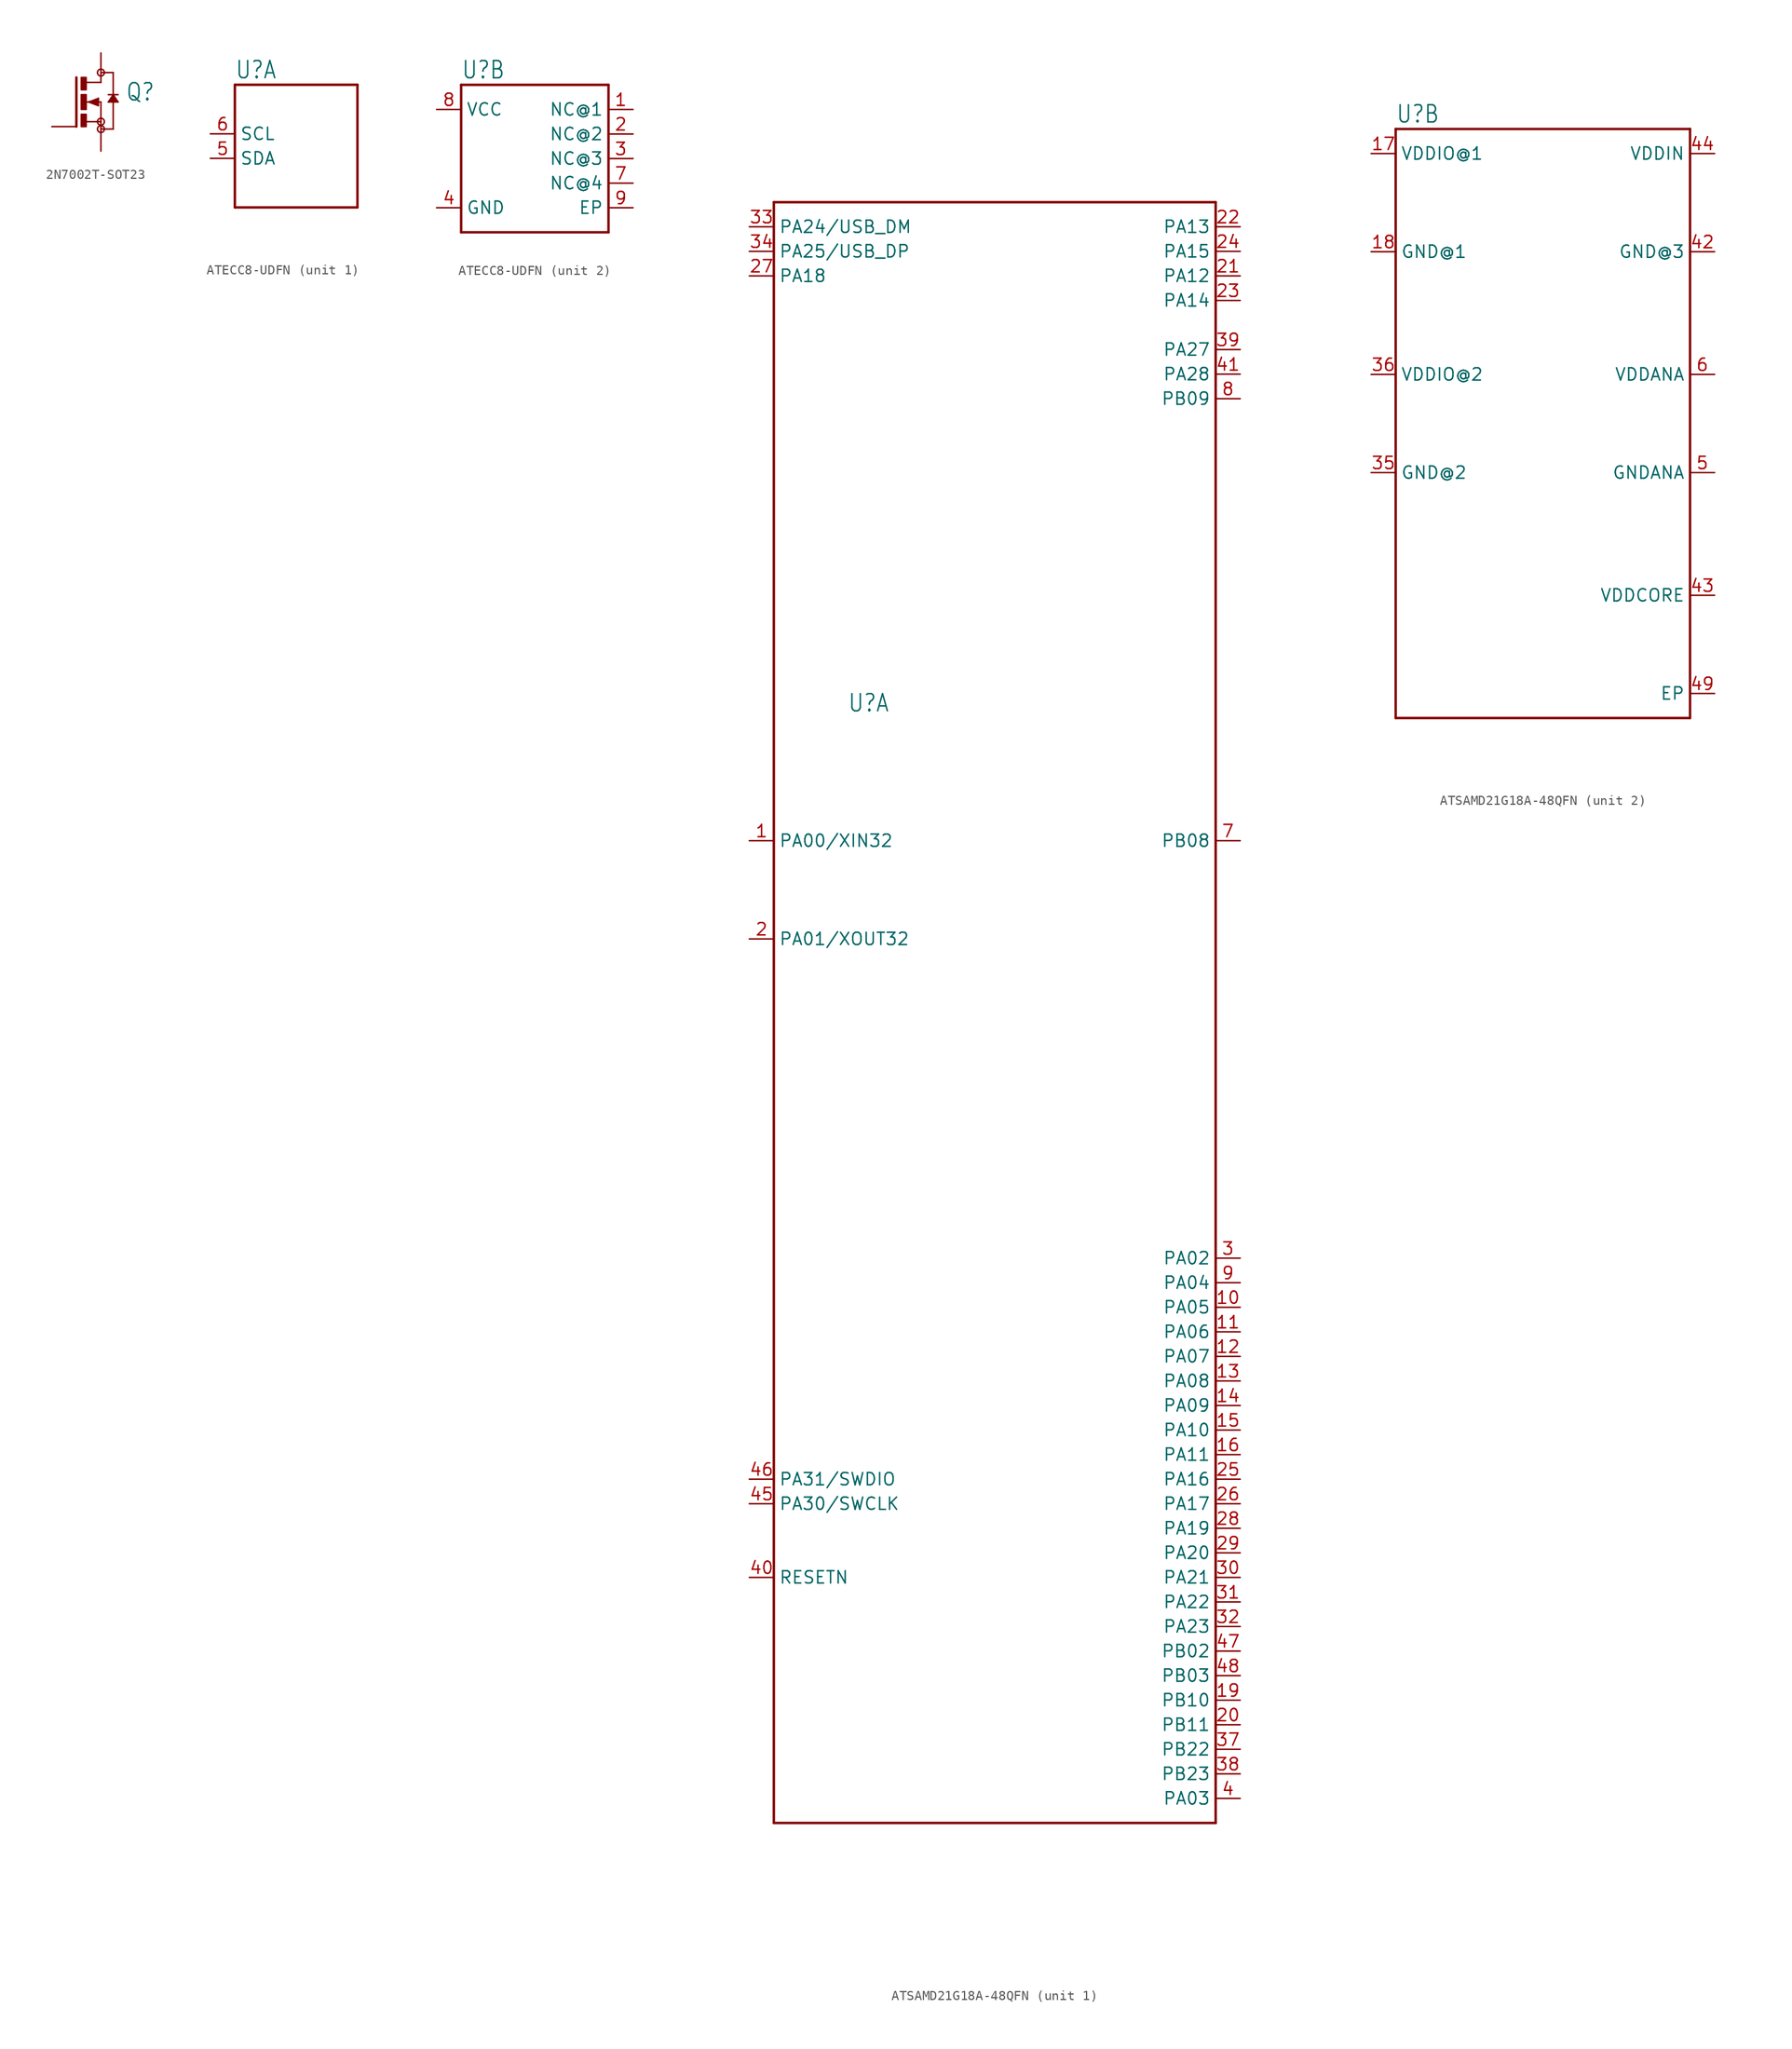
<source format=kicad_sym>
(kicad_symbol_lib
  (version 20231120)
  (generator "kicad_symbol_editor")
  (generator_version "8.0")
  (symbol "2N7002T-SOT23"
    (property "Reference" "Q"
      (at 2.54 0 0)
      (effects (font (size 1.778 1.511)) (justify left bottom)))
    (property "Value" ""
      (at 2.54 -2.54 0)
      (effects (font (size 1.778 1.511)) (justify left bottom)))
    (property "ki_locked" ""
      (at 0 0 0)
      (effects (font (size 1.27 1.27))))
    (symbol "2N7002T-SOT23_1_0"
      (rectangle (start -2.032 -2.54) (end -1.524 -1.27) (stroke (width 0) (type default)) (fill (type outline)))
      (rectangle (start -2.032 -0.762) (end -1.524 0.762) (stroke (width 0) (type default)) (fill (type outline)))
      (rectangle (start -2.032 1.27) (end -1.524 2.54) (stroke (width 0) (type default)) (fill (type outline)))
      (circle (center 0 -2.794) (radius 0.359) (stroke (width 0) (type solid)) (fill (type none)))
      (circle (center 0 -2.032) (radius 0.359) (stroke (width 0) (type solid)) (fill (type none)))
      (polyline (pts (xy -2.54 2.54) (xy -2.54 -2.54)) (stroke (width 0.254) (type solid)) (fill (type none)))
      (polyline (pts (xy -1.524 -2.032) (xy 0 -2.032)) (stroke (width 0.152) (type solid)) (fill (type none)))
      (polyline (pts (xy -1.524 0) (xy -1.27 0)) (stroke (width 0.152) (type solid)) (fill (type none)))
      (polyline (pts (xy -1.524 2.032) (xy 0 2.032)) (stroke (width 0.152) (type solid)) (fill (type none)))
      (polyline (pts (xy -1.27 0) (xy -1.016 0)) (stroke (width 0.152) (type solid)) (fill (type none)))
      (polyline (pts (xy -1.27 0) (xy -0.254 0.381)) (stroke (width 0.152) (type solid)) (fill (type none)))
      (polyline (pts (xy -1.016 0) (xy -0.889 0)) (stroke (width 0.152) (type solid)) (fill (type none)))
      (polyline (pts (xy -1.016 0) (xy -0.381 -0.254)) (stroke (width 0.254) (type solid)) (fill (type none)))
      (polyline (pts (xy -0.889 0) (xy 0 0)) (stroke (width 0.152) (type solid)) (fill (type none)))
      (polyline (pts (xy -0.381 -0.254) (xy -0.381 0.254)) (stroke (width 0.254) (type solid)) (fill (type none)))
      (polyline (pts (xy -0.381 0.254) (xy -0.889 0)) (stroke (width 0.254) (type solid)) (fill (type none)))
      (polyline (pts (xy -0.254 -0.381) (xy -1.27 0)) (stroke (width 0.152) (type solid)) (fill (type none)))
      (polyline (pts (xy -0.254 0.381) (xy -0.254 -0.381)) (stroke (width 0.152) (type solid)) (fill (type none)))
      (polyline (pts (xy 0 -2.032) (xy 0 -2.794)) (stroke (width 0.152) (type solid)) (fill (type none)))
      (polyline (pts (xy 0 0) (xy 0 -2.032)) (stroke (width 0.152) (type solid)) (fill (type none)))
      (polyline (pts (xy 0 2.032) (xy 0 2.54)) (stroke (width 0.152) (type solid)) (fill (type none)))
      (polyline (pts (xy 0 3.048) (xy 1.27 3.048)) (stroke (width 0.152) (type solid)) (fill (type none)))
      (polyline (pts (xy 0.762 0) (xy 1.27 0.762)) (stroke (width 0.152) (type solid)) (fill (type none)))
      (polyline (pts (xy 1.016 0.127) (xy 1.524 0.127)) (stroke (width 0.254) (type solid)) (fill (type none)))
      (polyline (pts (xy 1.27 -2.794) (xy 0 -2.794)) (stroke (width 0.152) (type solid)) (fill (type none)))
      (polyline (pts (xy 1.27 0.508) (xy 1.016 0.127)) (stroke (width 0.254) (type solid)) (fill (type none)))
      (polyline (pts (xy 1.27 0.508) (xy 1.27 -2.794)) (stroke (width 0.152) (type solid)) (fill (type none)))
      (polyline (pts (xy 1.27 0.762) (xy 1.27 0.508)) (stroke (width 0.152) (type solid)) (fill (type none)))
      (polyline (pts (xy 1.27 0.762) (xy 1.778 0)) (stroke (width 0.152) (type solid)) (fill (type none)))
      (polyline (pts (xy 1.27 3.048) (xy 1.27 0.762)) (stroke (width 0.152) (type solid)) (fill (type none)))
      (polyline (pts (xy 1.524 0.127) (xy 1.27 0.508)) (stroke (width 0.254) (type solid)) (fill (type none)))
      (polyline (pts (xy 1.778 0) (xy 0.762 0)) (stroke (width 0.152) (type solid)) (fill (type none)))
      (polyline (pts (xy 1.778 0.762) (xy 0.762 0.762)) (stroke (width 0.152) (type solid)) (fill (type none)))
      (circle (center 0 3.048) (radius 0.359) (stroke (width 0) (type solid)) (fill (type none)))
      (pin passive line (at -5.08 -2.54 0) (length 2.54) (name "G" (effects (font (size 0 0)))) (number "1" (effects (font (size 0 0)))))
      (pin passive line (at 0 -5.08 90) (length 2.54) (name "S" (effects (font (size 0 0)))) (number "2" (effects (font (size 0 0)))))
      (pin passive line (at 0 5.08 270) (length 2.54) (name "D" (effects (font (size 0 0)))) (number "3" (effects (font (size 0 0)))))))
  (symbol "ATECC8-UDFN"
    (property "Reference" "U"
      (at -7.62 8.128 0)
      (effects (font (size 1.778 1.511)) (justify left bottom)))
    (property "Value" ""
      (at -7.62 -8.128 0)
      (effects (font (size 1.778 1.511)) (justify left top)))
    (property "ki_locked" ""
      (at 0 0 0)
      (effects (font (size 1.27 1.27))))
    (symbol "ATECC8-UDFN_1_0"
      (polyline (pts (xy -7.62 -5.08) (xy -7.62 7.62)) (stroke (width 0.254) (type solid)) (fill (type none)))
      (polyline (pts (xy -7.62 7.62) (xy 5.08 7.62)) (stroke (width 0.254) (type solid)) (fill (type none)))
      (polyline (pts (xy 5.08 -5.08) (xy -7.62 -5.08)) (stroke (width 0.254) (type solid)) (fill (type none)))
      (polyline (pts (xy 5.08 7.62) (xy 5.08 -5.08)) (stroke (width 0.254) (type solid)) (fill (type none)))
      (pin bidirectional line (at -10.16 0 0) (length 2.54) (name "SDA" (effects (font (size 1.27 1.27)))) (number "5" (effects (font (size 1.27 1.27)))))
      (pin input line (at -10.16 2.54 0) (length 2.54) (name "SCL" (effects (font (size 1.27 1.27)))) (number "6" (effects (font (size 1.27 1.27))))))
    (symbol "ATECC8-UDFN_2_0"
      (polyline (pts (xy -7.62 -7.62) (xy -7.62 7.62)) (stroke (width 0.254) (type solid)) (fill (type none)))
      (polyline (pts (xy -7.62 7.62) (xy 7.62 7.62)) (stroke (width 0.254) (type solid)) (fill (type none)))
      (polyline (pts (xy 7.62 -7.62) (xy -7.62 -7.62)) (stroke (width 0.254) (type solid)) (fill (type none)))
      (polyline (pts (xy 7.62 7.62) (xy 7.62 -7.62)) (stroke (width 0.254) (type solid)) (fill (type none)))
      (pin bidirectional line (at 10.16 5.08 180) (length 2.54) (name "NC@1" (effects (font (size 1.27 1.27)))) (number "1" (effects (font (size 1.27 1.27)))))
      (pin bidirectional line (at 10.16 2.54 180) (length 2.54) (name "NC@2" (effects (font (size 1.27 1.27)))) (number "2" (effects (font (size 1.27 1.27)))))
      (pin bidirectional line (at 10.16 0 180) (length 2.54) (name "NC@3" (effects (font (size 1.27 1.27)))) (number "3" (effects (font (size 1.27 1.27)))))
      (pin power_in line (at -10.16 -5.08 0) (length 2.54) (name "GND" (effects (font (size 1.27 1.27)))) (number "4" (effects (font (size 1.27 1.27)))))
      (pin bidirectional line (at 10.16 -2.54 180) (length 2.54) (name "NC@4" (effects (font (size 1.27 1.27)))) (number "7" (effects (font (size 1.27 1.27)))))
      (pin power_in line (at -10.16 5.08 0) (length 2.54) (name "VCC" (effects (font (size 1.27 1.27)))) (number "8" (effects (font (size 1.27 1.27)))))
      (pin passive line (at 10.16 -5.08 180) (length 2.54) (name "EP" (effects (font (size 1.27 1.27)))) (number "9" (effects (font (size 1.27 1.27)))))))
  (symbol "ATSAMD21G18A-48QFN"
    (property "Reference" "U"
      (at -15.24 30.988 0)
      (effects (font (size 1.778 1.511)) (justify left bottom)))
    (property "Value" ""
      (at -15.24 -30.988 0)
      (effects (font (size 1.778 1.511)) (justify left top)))
    (property "ki_locked" ""
      (at 0 0 0)
      (effects (font (size 1.27 1.27))))
    (symbol "ATSAMD21G18A-48QFN_1_0"
      (polyline (pts (xy -22.86 -83.82) (xy -22.86 83.82)) (stroke (width 0.254) (type solid)) (fill (type none)))
      (polyline (pts (xy -22.86 83.82) (xy 22.86 83.82)) (stroke (width 0.254) (type solid)) (fill (type none)))
      (polyline (pts (xy 22.86 -83.82) (xy -22.86 -83.82)) (stroke (width 0.254) (type solid)) (fill (type none)))
      (polyline (pts (xy 22.86 83.82) (xy 22.86 -83.82)) (stroke (width 0.254) (type solid)) (fill (type none)))
      (pin bidirectional line (at -25.4 17.78 0) (length 2.54) (name "PA00/XIN32" (effects (font (size 1.27 1.27)))) (number "1" (effects (font (size 1.27 1.27)))))
      (pin bidirectional line (at 25.4 -30.48 180) (length 2.54) (name "PA05" (effects (font (size 1.27 1.27)))) (number "10" (effects (font (size 1.27 1.27)))))
      (pin bidirectional line (at 25.4 -33.02 180) (length 2.54) (name "PA06" (effects (font (size 1.27 1.27)))) (number "11" (effects (font (size 1.27 1.27)))))
      (pin bidirectional line (at 25.4 -35.56 180) (length 2.54) (name "PA07" (effects (font (size 1.27 1.27)))) (number "12" (effects (font (size 1.27 1.27)))))
      (pin bidirectional line (at 25.4 -38.1 180) (length 2.54) (name "PA08" (effects (font (size 1.27 1.27)))) (number "13" (effects (font (size 1.27 1.27)))))
      (pin bidirectional line (at 25.4 -40.64 180) (length 2.54) (name "PA09" (effects (font (size 1.27 1.27)))) (number "14" (effects (font (size 1.27 1.27)))))
      (pin bidirectional line (at 25.4 -43.18 180) (length 2.54) (name "PA10" (effects (font (size 1.27 1.27)))) (number "15" (effects (font (size 1.27 1.27)))))
      (pin bidirectional line (at 25.4 -45.72 180) (length 2.54) (name "PA11" (effects (font (size 1.27 1.27)))) (number "16" (effects (font (size 1.27 1.27)))))
      (pin bidirectional line (at 25.4 -71.12 180) (length 2.54) (name "PB10" (effects (font (size 1.27 1.27)))) (number "19" (effects (font (size 1.27 1.27)))))
      (pin bidirectional line (at -25.4 7.62 0) (length 2.54) (name "PA01/XOUT32" (effects (font (size 1.27 1.27)))) (number "2" (effects (font (size 1.27 1.27)))))
      (pin bidirectional line (at 25.4 -73.66 180) (length 2.54) (name "PB11" (effects (font (size 1.27 1.27)))) (number "20" (effects (font (size 1.27 1.27)))))
      (pin bidirectional line (at 25.4 76.2 180) (length 2.54) (name "PA12" (effects (font (size 1.27 1.27)))) (number "21" (effects (font (size 1.27 1.27)))))
      (pin bidirectional line (at 25.4 81.28 180) (length 2.54) (name "PA13" (effects (font (size 1.27 1.27)))) (number "22" (effects (font (size 1.27 1.27)))))
      (pin bidirectional line (at 25.4 73.66 180) (length 2.54) (name "PA14" (effects (font (size 1.27 1.27)))) (number "23" (effects (font (size 1.27 1.27)))))
      (pin bidirectional line (at 25.4 78.74 180) (length 2.54) (name "PA15" (effects (font (size 1.27 1.27)))) (number "24" (effects (font (size 1.27 1.27)))))
      (pin bidirectional line (at 25.4 -48.26 180) (length 2.54) (name "PA16" (effects (font (size 1.27 1.27)))) (number "25" (effects (font (size 1.27 1.27)))))
      (pin bidirectional line (at 25.4 -50.8 180) (length 2.54) (name "PA17" (effects (font (size 1.27 1.27)))) (number "26" (effects (font (size 1.27 1.27)))))
      (pin bidirectional line (at -25.4 76.2 0) (length 2.54) (name "PA18" (effects (font (size 1.27 1.27)))) (number "27" (effects (font (size 1.27 1.27)))))
      (pin bidirectional line (at 25.4 -53.34 180) (length 2.54) (name "PA19" (effects (font (size 1.27 1.27)))) (number "28" (effects (font (size 1.27 1.27)))))
      (pin bidirectional line (at 25.4 -55.88 180) (length 2.54) (name "PA20" (effects (font (size 1.27 1.27)))) (number "29" (effects (font (size 1.27 1.27)))))
      (pin bidirectional line (at 25.4 -25.4 180) (length 2.54) (name "PA02" (effects (font (size 1.27 1.27)))) (number "3" (effects (font (size 1.27 1.27)))))
      (pin bidirectional line (at 25.4 -58.42 180) (length 2.54) (name "PA21" (effects (font (size 1.27 1.27)))) (number "30" (effects (font (size 1.27 1.27)))))
      (pin bidirectional line (at 25.4 -60.96 180) (length 2.54) (name "PA22" (effects (font (size 1.27 1.27)))) (number "31" (effects (font (size 1.27 1.27)))))
      (pin bidirectional line (at 25.4 -63.5 180) (length 2.54) (name "PA23" (effects (font (size 1.27 1.27)))) (number "32" (effects (font (size 1.27 1.27)))))
      (pin bidirectional line (at -25.4 81.28 0) (length 2.54) (name "PA24/USB_DM" (effects (font (size 1.27 1.27)))) (number "33" (effects (font (size 1.27 1.27)))))
      (pin bidirectional line (at -25.4 78.74 0) (length 2.54) (name "PA25/USB_DP" (effects (font (size 1.27 1.27)))) (number "34" (effects (font (size 1.27 1.27)))))
      (pin bidirectional line (at 25.4 -76.2 180) (length 2.54) (name "PB22" (effects (font (size 1.27 1.27)))) (number "37" (effects (font (size 1.27 1.27)))))
      (pin bidirectional line (at 25.4 -78.74 180) (length 2.54) (name "PB23" (effects (font (size 1.27 1.27)))) (number "38" (effects (font (size 1.27 1.27)))))
      (pin bidirectional line (at 25.4 68.58 180) (length 2.54) (name "PA27" (effects (font (size 1.27 1.27)))) (number "39" (effects (font (size 1.27 1.27)))))
      (pin bidirectional line (at 25.4 -81.28 180) (length 2.54) (name "PA03" (effects (font (size 1.27 1.27)))) (number "4" (effects (font (size 1.27 1.27)))))
      (pin bidirectional line (at -25.4 -58.42 0) (length 2.54) (name "RESETN" (effects (font (size 1.27 1.27)))) (number "40" (effects (font (size 1.27 1.27)))))
      (pin bidirectional line (at 25.4 66.04 180) (length 2.54) (name "PA28" (effects (font (size 1.27 1.27)))) (number "41" (effects (font (size 1.27 1.27)))))
      (pin bidirectional line (at -25.4 -50.8 0) (length 2.54) (name "PA30/SWCLK" (effects (font (size 1.27 1.27)))) (number "45" (effects (font (size 1.27 1.27)))))
      (pin bidirectional line (at -25.4 -48.26 0) (length 2.54) (name "PA31/SWDIO" (effects (font (size 1.27 1.27)))) (number "46" (effects (font (size 1.27 1.27)))))
      (pin bidirectional line (at 25.4 -66.04 180) (length 2.54) (name "PB02" (effects (font (size 1.27 1.27)))) (number "47" (effects (font (size 1.27 1.27)))))
      (pin bidirectional line (at 25.4 -68.58 180) (length 2.54) (name "PB03" (effects (font (size 1.27 1.27)))) (number "48" (effects (font (size 1.27 1.27)))))
      (pin bidirectional line (at 25.4 17.78 180) (length 2.54) (name "PB08" (effects (font (size 1.27 1.27)))) (number "7" (effects (font (size 1.27 1.27)))))
      (pin bidirectional line (at 25.4 63.5 180) (length 2.54) (name "PB09" (effects (font (size 1.27 1.27)))) (number "8" (effects (font (size 1.27 1.27)))))
      (pin bidirectional line (at 25.4 -27.94 180) (length 2.54) (name "PA04" (effects (font (size 1.27 1.27)))) (number "9" (effects (font (size 1.27 1.27))))))
    (symbol "ATSAMD21G18A-48QFN_2_0"
      (polyline (pts (xy -15.24 -30.48) (xy -15.24 30.48)) (stroke (width 0.254) (type solid)) (fill (type none)))
      (polyline (pts (xy -15.24 30.48) (xy 15.24 30.48)) (stroke (width 0.254) (type solid)) (fill (type none)))
      (polyline (pts (xy 15.24 -30.48) (xy -15.24 -30.48)) (stroke (width 0.254) (type solid)) (fill (type none)))
      (polyline (pts (xy 15.24 30.48) (xy 15.24 -30.48)) (stroke (width 0.254) (type solid)) (fill (type none)))
      (pin power_in line (at -17.78 27.94 0) (length 2.54) (name "VDDIO@1" (effects (font (size 1.27 1.27)))) (number "17" (effects (font (size 1.27 1.27)))))
      (pin power_in line (at -17.78 17.78 0) (length 2.54) (name "GND@1" (effects (font (size 1.27 1.27)))) (number "18" (effects (font (size 1.27 1.27)))))
      (pin power_in line (at -17.78 -5.08 0) (length 2.54) (name "GND@2" (effects (font (size 1.27 1.27)))) (number "35" (effects (font (size 1.27 1.27)))))
      (pin power_in line (at -17.78 5.08 0) (length 2.54) (name "VDDIO@2" (effects (font (size 1.27 1.27)))) (number "36" (effects (font (size 1.27 1.27)))))
      (pin power_in line (at 17.78 17.78 180) (length 2.54) (name "GND@3" (effects (font (size 1.27 1.27)))) (number "42" (effects (font (size 1.27 1.27)))))
      (pin power_in line (at 17.78 -17.78 180) (length 2.54) (name "VDDCORE" (effects (font (size 1.27 1.27)))) (number "43" (effects (font (size 1.27 1.27)))))
      (pin power_in line (at 17.78 27.94 180) (length 2.54) (name "VDDIN" (effects (font (size 1.27 1.27)))) (number "44" (effects (font (size 1.27 1.27)))))
      (pin passive line (at 17.78 -27.94 180) (length 2.54) (name "EP" (effects (font (size 1.27 1.27)))) (number "49" (effects (font (size 1.27 1.27)))))
      (pin power_in line (at 17.78 -5.08 180) (length 2.54) (name "GNDANA" (effects (font (size 1.27 1.27)))) (number "5" (effects (font (size 1.27 1.27)))))
      (pin power_in line (at 17.78 5.08 180) (length 2.54) (name "VDDANA" (effects (font (size 1.27 1.27)))) (number "6" (effects (font (size 1.27 1.27))))))))
</source>
